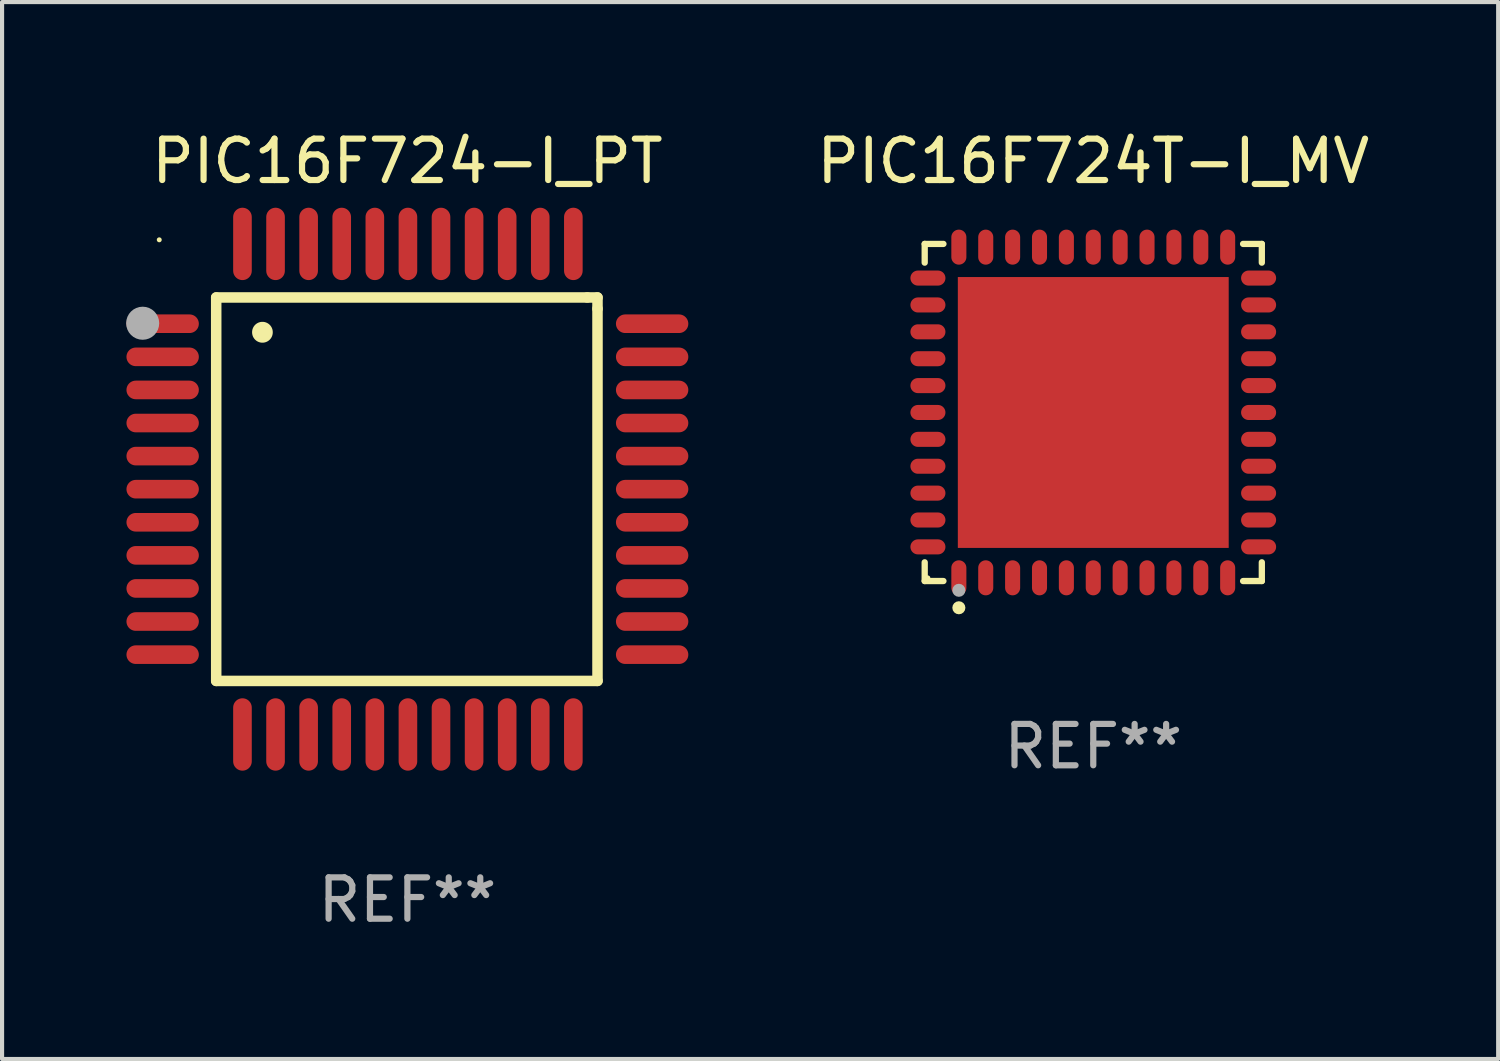
<source format=kicad_pcb>
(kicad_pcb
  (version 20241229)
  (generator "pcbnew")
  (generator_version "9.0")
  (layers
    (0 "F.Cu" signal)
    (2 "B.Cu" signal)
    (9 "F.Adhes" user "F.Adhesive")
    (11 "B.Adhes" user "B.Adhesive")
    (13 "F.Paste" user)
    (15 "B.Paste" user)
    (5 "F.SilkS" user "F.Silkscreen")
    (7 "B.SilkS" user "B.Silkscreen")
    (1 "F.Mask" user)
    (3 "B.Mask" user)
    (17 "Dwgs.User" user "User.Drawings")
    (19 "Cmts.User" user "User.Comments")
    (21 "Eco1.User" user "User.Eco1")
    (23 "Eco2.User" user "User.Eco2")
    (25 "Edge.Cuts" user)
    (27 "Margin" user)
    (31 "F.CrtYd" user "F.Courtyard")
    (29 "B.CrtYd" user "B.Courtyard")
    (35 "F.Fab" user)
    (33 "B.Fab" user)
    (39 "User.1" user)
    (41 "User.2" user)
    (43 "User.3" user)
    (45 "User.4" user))
  (footprint "PIC16F724-I_PT"
    (layer "F.Cu")
    (at 6.801 8.779)
    (property "Reference" "PIC16F724-I_PT" (at 0 -7.931 0) (layer "F.SilkS") (effects (font (size 1 1) (thickness 0.15))))
    (attr through_hole)
    (fp_line (start -4.623 -4.636) (end 4.35 -4.636) (stroke (width 0.254) (type solid)) (layer "F.SilkS"))
    (fp_line (start -4.623 4.636) (end -4.623 -4.636) (stroke (width 0.254) (type solid)) (layer "F.SilkS"))
    (fp_line (start 4.35 -4.636) (end 4.597 -4.636) (stroke (width 0.254) (type solid)) (layer "F.SilkS"))
    (fp_line (start 4.597 -4.636) (end 4.597 -4.363) (stroke (width 0.254) (type solid)) (layer "F.SilkS"))
    (fp_line (start 4.597 -4.363) (end 4.597 4.636) (stroke (width 0.254) (type solid)) (layer "F.SilkS"))
    (fp_line (start 4.597 4.636) (end -4.623 4.636) (stroke (width 0.254) (type solid)) (layer "F.SilkS"))
    (fp_arc (start -3.505207 -3.792228) (mid -3.50522 -3.794768) (end -3.505207 -3.797308) (stroke (width 0.5) (type solid)) (layer "F.SilkS"))
    (fp_circle (center -6 -6.03) (end -5.97 -6.03) (stroke (width 0.06) (type solid)) (fill no) (layer "F.SilkS"))
    (fp_circle (center -6.401 -4.013) (end -6.201 -4.013) (stroke (width 0.4) (type solid)) (fill no) (layer "F.Fab"))
    (fp_text user "REF**" (at 0 9.931 0) (layer "F.Fab") (effects (font (size 1 1) (thickness 0.15))))
    (pad "1" smd oval (at -5.918 -4.001 90) (size 0.45 1.75) (layers "F.Cu" "F.Mask" "F.Paste"))
    (pad "2" smd oval (at -5.918 -3.2 90) (size 0.45 1.75) (layers "F.Cu" "F.Mask" "F.Paste"))
    (pad "3" smd oval (at -5.918 -2.4 90) (size 0.45 1.75) (layers "F.Cu" "F.Mask" "F.Paste"))
    (pad "4" smd oval (at -5.918 -1.6 90) (size 0.45 1.75) (layers "F.Cu" "F.Mask" "F.Paste"))
    (pad "5" smd oval (at -5.918 -0.8 90) (size 0.45 1.75) (layers "F.Cu" "F.Mask" "F.Paste"))
    (pad "6" smd oval (at -5.918 0 90) (size 0.45 1.75) (layers "F.Cu" "F.Mask" "F.Paste"))
    (pad "7" smd oval (at -5.918 0.8 90) (size 0.45 1.75) (layers "F.Cu" "F.Mask" "F.Paste"))
    (pad "8" smd oval (at -5.918 1.6 90) (size 0.45 1.75) (layers "F.Cu" "F.Mask" "F.Paste"))
    (pad "9" smd oval (at -5.918 2.4 90) (size 0.45 1.75) (layers "F.Cu" "F.Mask" "F.Paste"))
    (pad "10" smd oval (at -5.918 3.2 90) (size 0.45 1.75) (layers "F.Cu" "F.Mask" "F.Paste"))
    (pad "11" smd oval (at -5.918 4.001 90) (size 0.45 1.75) (layers "F.Cu" "F.Mask" "F.Paste"))
    (pad "12" smd oval (at -3.988 5.931) (size 0.45 1.75) (layers "F.Cu" "F.Mask" "F.Paste"))
    (pad "13" smd oval (at -3.188 5.931) (size 0.45 1.75) (layers "F.Cu" "F.Mask" "F.Paste"))
    (pad "14" smd oval (at -2.388 5.931) (size 0.45 1.75) (layers "F.Cu" "F.Mask" "F.Paste"))
    (pad "15" smd oval (at -1.588 5.931) (size 0.45 1.75) (layers "F.Cu" "F.Mask" "F.Paste"))
    (pad "16" smd oval (at -0.787 5.931) (size 0.45 1.75) (layers "F.Cu" "F.Mask" "F.Paste"))
    (pad "17" smd oval (at 0.013 5.931) (size 0.45 1.75) (layers "F.Cu" "F.Mask" "F.Paste"))
    (pad "18" smd oval (at 0.813 5.931) (size 0.45 1.75) (layers "F.Cu" "F.Mask" "F.Paste"))
    (pad "19" smd oval (at 1.613 5.931) (size 0.45 1.75) (layers "F.Cu" "F.Mask" "F.Paste"))
    (pad "20" smd oval (at 2.413 5.931) (size 0.45 1.75) (layers "F.Cu" "F.Mask" "F.Paste"))
    (pad "21" smd oval (at 3.213 5.931) (size 0.45 1.75) (layers "F.Cu" "F.Mask" "F.Paste"))
    (pad "22" smd oval (at 4.013 5.931) (size 0.45 1.75) (layers "F.Cu" "F.Mask" "F.Paste"))
    (pad "23" smd oval (at 5.918 4.001 90) (size 0.45 1.75) (layers "F.Cu" "F.Mask" "F.Paste"))
    (pad "24" smd oval (at 5.918 3.2 90) (size 0.45 1.75) (layers "F.Cu" "F.Mask" "F.Paste"))
    (pad "25" smd oval (at 5.918 2.4 90) (size 0.45 1.75) (layers "F.Cu" "F.Mask" "F.Paste"))
    (pad "26" smd oval (at 5.918 1.6 90) (size 0.45 1.75) (layers "F.Cu" "F.Mask" "F.Paste"))
    (pad "27" smd oval (at 5.918 0.8 90) (size 0.45 1.75) (layers "F.Cu" "F.Mask" "F.Paste"))
    (pad "28" smd oval (at 5.918 0 90) (size 0.45 1.75) (layers "F.Cu" "F.Mask" "F.Paste"))
    (pad "29" smd oval (at 5.918 -0.8 90) (size 0.45 1.75) (layers "F.Cu" "F.Mask" "F.Paste"))
    (pad "30" smd oval (at 5.918 -1.6 90) (size 0.45 1.75) (layers "F.Cu" "F.Mask" "F.Paste"))
    (pad "31" smd oval (at 5.918 -2.4 90) (size 0.45 1.75) (layers "F.Cu" "F.Mask" "F.Paste"))
    (pad "32" smd oval (at 5.918 -3.2 90) (size 0.45 1.75) (layers "F.Cu" "F.Mask" "F.Paste"))
    (pad "33" smd oval (at 5.918 -4.001 90) (size 0.45 1.75) (layers "F.Cu" "F.Mask" "F.Paste"))
    (pad "34" smd oval (at 4.013 -5.931) (size 0.45 1.75) (layers "F.Cu" "F.Mask" "F.Paste"))
    (pad "35" smd oval (at 3.213 -5.931) (size 0.45 1.75) (layers "F.Cu" "F.Mask" "F.Paste"))
    (pad "36" smd oval (at 2.413 -5.931) (size 0.45 1.75) (layers "F.Cu" "F.Mask" "F.Paste"))
    (pad "37" smd oval (at 1.613 -5.931) (size 0.45 1.75) (layers "F.Cu" "F.Mask" "F.Paste"))
    (pad "38" smd oval (at 0.813 -5.931) (size 0.45 1.75) (layers "F.Cu" "F.Mask" "F.Paste"))
    (pad "39" smd oval (at 0.013 -5.931) (size 0.45 1.75) (layers "F.Cu" "F.Mask" "F.Paste"))
    (pad "40" smd oval (at -0.787 -5.931) (size 0.45 1.75) (layers "F.Cu" "F.Mask" "F.Paste"))
    (pad "41" smd oval (at -1.588 -5.931) (size 0.45 1.75) (layers "F.Cu" "F.Mask" "F.Paste"))
    (pad "42" smd oval (at -2.388 -5.931) (size 0.45 1.75) (layers "F.Cu" "F.Mask" "F.Paste"))
    (pad "43" smd oval (at -3.188 -5.931) (size 0.45 1.75) (layers "F.Cu" "F.Mask" "F.Paste"))
    (pad "44" smd oval (at -3.988 -5.931) (size 0.45 1.75) (layers "F.Cu" "F.Mask" "F.Paste")))
  (footprint "PIC16F724T-I_MV"
    (layer "F.Cu")
    (at 23.386 6.924)
    (property "Reference" "PIC16F724T-I_MV" (at 0 -6.076 0) (layer "F.SilkS") (effects (font (size 1 1) (thickness 0.15))))
    (attr through_hole)
    (fp_line (start -4.076 -4.076) (end -3.623 -4.076) (stroke (width 0.152) (type solid)) (layer "F.SilkS"))
    (fp_line (start -4.076 -3.623) (end -4.076 -4.076) (stroke (width 0.152) (type solid)) (layer "F.SilkS"))
    (fp_line (start -4.076 3.623) (end -4.076 4.076) (stroke (width 0.152) (type solid)) (layer "F.SilkS"))
    (fp_line (start -4.076 4.076) (end -3.623 4.076) (stroke (width 0.152) (type solid)) (layer "F.SilkS"))
    (fp_line (start 4.076 -4.076) (end 3.623 -4.076) (stroke (width 0.152) (type solid)) (layer "F.SilkS"))
    (fp_line (start 4.076 -3.623) (end 4.076 -4.076) (stroke (width 0.152) (type solid)) (layer "F.SilkS"))
    (fp_line (start 4.076 3.623) (end 4.076 4.076) (stroke (width 0.152) (type solid)) (layer "F.SilkS"))
    (fp_line (start 4.076 4.076) (end 3.623 4.076) (stroke (width 0.152) (type solid)) (layer "F.SilkS"))
    (fp_circle (center -4 4) (end -3.97 4) (stroke (width 0.06) (type solid)) (fill no) (layer "F.SilkS"))
    (fp_circle (center -3.25 4.722) (end -3.171 4.722) (stroke (width 0.158) (type solid)) (fill no) (layer "F.SilkS"))
    (fp_circle (center -3.25 4.3) (end -3.171 4.3) (stroke (width 0.158) (type solid)) (fill no) (layer "F.Fab"))
    (fp_text user "REF**" (at 0 8.076 0) (layer "F.Fab") (effects (font (size 1 1) (thickness 0.15))))
    (pad "1" smd oval (at -3.25 3.998) (size 0.364 0.847) (layers "F.Cu" "F.Mask" "F.Paste"))
    (pad "2" smd oval (at -2.6 3.998) (size 0.364 0.847) (layers "F.Cu" "F.Mask" "F.Paste"))
    (pad "3" smd oval (at -1.95 3.998) (size 0.364 0.847) (layers "F.Cu" "F.Mask" "F.Paste"))
    (pad "4" smd oval (at -1.3 3.998) (size 0.364 0.847) (layers "F.Cu" "F.Mask" "F.Paste"))
    (pad "5" smd oval (at -0.65 3.998) (size 0.364 0.847) (layers "F.Cu" "F.Mask" "F.Paste"))
    (pad "6" smd oval (at 0 3.998) (size 0.364 0.847) (layers "F.Cu" "F.Mask" "F.Paste"))
    (pad "7" smd oval (at 0.65 3.998) (size 0.364 0.847) (layers "F.Cu" "F.Mask" "F.Paste"))
    (pad "8" smd oval (at 1.3 3.998) (size 0.364 0.847) (layers "F.Cu" "F.Mask" "F.Paste"))
    (pad "9" smd oval (at 1.95 3.998) (size 0.364 0.847) (layers "F.Cu" "F.Mask" "F.Paste"))
    (pad "10" smd oval (at 2.6 3.998) (size 0.364 0.847) (layers "F.Cu" "F.Mask" "F.Paste"))
    (pad "11" smd oval (at 3.25 3.998) (size 0.364 0.847) (layers "F.Cu" "F.Mask" "F.Paste"))
    (pad "12" smd oval (at 3.998 3.25) (size 0.847 0.364) (layers "F.Cu" "F.Mask" "F.Paste"))
    (pad "13" smd oval (at 3.998 2.6) (size 0.847 0.364) (layers "F.Cu" "F.Mask" "F.Paste"))
    (pad "14" smd oval (at 3.998 1.95) (size 0.847 0.364) (layers "F.Cu" "F.Mask" "F.Paste"))
    (pad "15" smd oval (at 3.998 1.3) (size 0.847 0.364) (layers "F.Cu" "F.Mask" "F.Paste"))
    (pad "16" smd oval (at 3.998 0.65) (size 0.847 0.364) (layers "F.Cu" "F.Mask" "F.Paste"))
    (pad "17" smd oval (at 3.998 0) (size 0.847 0.364) (layers "F.Cu" "F.Mask" "F.Paste"))
    (pad "18" smd oval (at 3.998 -0.65) (size 0.847 0.364) (layers "F.Cu" "F.Mask" "F.Paste"))
    (pad "19" smd oval (at 3.998 -1.3) (size 0.847 0.364) (layers "F.Cu" "F.Mask" "F.Paste"))
    (pad "20" smd oval (at 3.998 -1.95) (size 0.847 0.364) (layers "F.Cu" "F.Mask" "F.Paste"))
    (pad "21" smd oval (at 3.998 -2.6) (size 0.847 0.364) (layers "F.Cu" "F.Mask" "F.Paste"))
    (pad "22" smd oval (at 3.998 -3.25) (size 0.847 0.364) (layers "F.Cu" "F.Mask" "F.Paste"))
    (pad "23" smd oval (at 3.25 -3.998) (size 0.364 0.847) (layers "F.Cu" "F.Mask" "F.Paste"))
    (pad "24" smd oval (at 2.6 -3.998) (size 0.364 0.847) (layers "F.Cu" "F.Mask" "F.Paste"))
    (pad "25" smd oval (at 1.95 -3.998) (size 0.364 0.847) (layers "F.Cu" "F.Mask" "F.Paste"))
    (pad "26" smd oval (at 1.3 -3.998) (size 0.364 0.847) (layers "F.Cu" "F.Mask" "F.Paste"))
    (pad "27" smd oval (at 0.65 -3.998) (size 0.364 0.847) (layers "F.Cu" "F.Mask" "F.Paste"))
    (pad "28" smd oval (at 0 -3.998) (size 0.364 0.847) (layers "F.Cu" "F.Mask" "F.Paste"))
    (pad "29" smd oval (at -0.65 -3.998) (size 0.364 0.847) (layers "F.Cu" "F.Mask" "F.Paste"))
    (pad "30" smd oval (at -1.3 -3.998) (size 0.364 0.847) (layers "F.Cu" "F.Mask" "F.Paste"))
    (pad "31" smd oval (at -1.95 -3.998) (size 0.364 0.847) (layers "F.Cu" "F.Mask" "F.Paste"))
    (pad "32" smd oval (at -2.6 -3.998) (size 0.364 0.847) (layers "F.Cu" "F.Mask" "F.Paste"))
    (pad "33" smd oval (at -3.25 -3.998) (size 0.364 0.847) (layers "F.Cu" "F.Mask" "F.Paste"))
    (pad "34" smd oval (at -3.998 -3.25) (size 0.847 0.364) (layers "F.Cu" "F.Mask" "F.Paste"))
    (pad "35" smd oval (at -3.998 -2.6) (size 0.847 0.364) (layers "F.Cu" "F.Mask" "F.Paste"))
    (pad "36" smd oval (at -3.998 -1.95) (size 0.847 0.364) (layers "F.Cu" "F.Mask" "F.Paste"))
    (pad "37" smd oval (at -3.998 -1.3) (size 0.847 0.364) (layers "F.Cu" "F.Mask" "F.Paste"))
    (pad "38" smd oval (at -3.998 -0.65) (size 0.847 0.364) (layers "F.Cu" "F.Mask" "F.Paste"))
    (pad "39" smd oval (at -3.998 0) (size 0.847 0.364) (layers "F.Cu" "F.Mask" "F.Paste"))
    (pad "40" smd oval (at -3.998 0.65) (size 0.847 0.364) (layers "F.Cu" "F.Mask" "F.Paste"))
    (pad "41" smd oval (at -3.998 1.3) (size 0.847 0.364) (layers "F.Cu" "F.Mask" "F.Paste"))
    (pad "42" smd oval (at -3.998 1.95) (size 0.847 0.364) (layers "F.Cu" "F.Mask" "F.Paste"))
    (pad "43" smd oval (at -3.998 2.6) (size 0.847 0.364) (layers "F.Cu" "F.Mask" "F.Paste"))
    (pad "44" smd oval (at -3.998 3.25) (size 0.847 0.364) (layers "F.Cu" "F.Mask" "F.Paste"))
    (pad "45" smd rect (at 0 0) (size 6.55 6.55) (layers "F.Cu" "F.Mask" "F.Paste")))
  (gr_rect
    (start -3 -3)
    (end 33.177 22.558)
    (stroke (width 0.1) (type default))
    (fill no)
    (layer "Edge.Cuts")))
</source>
